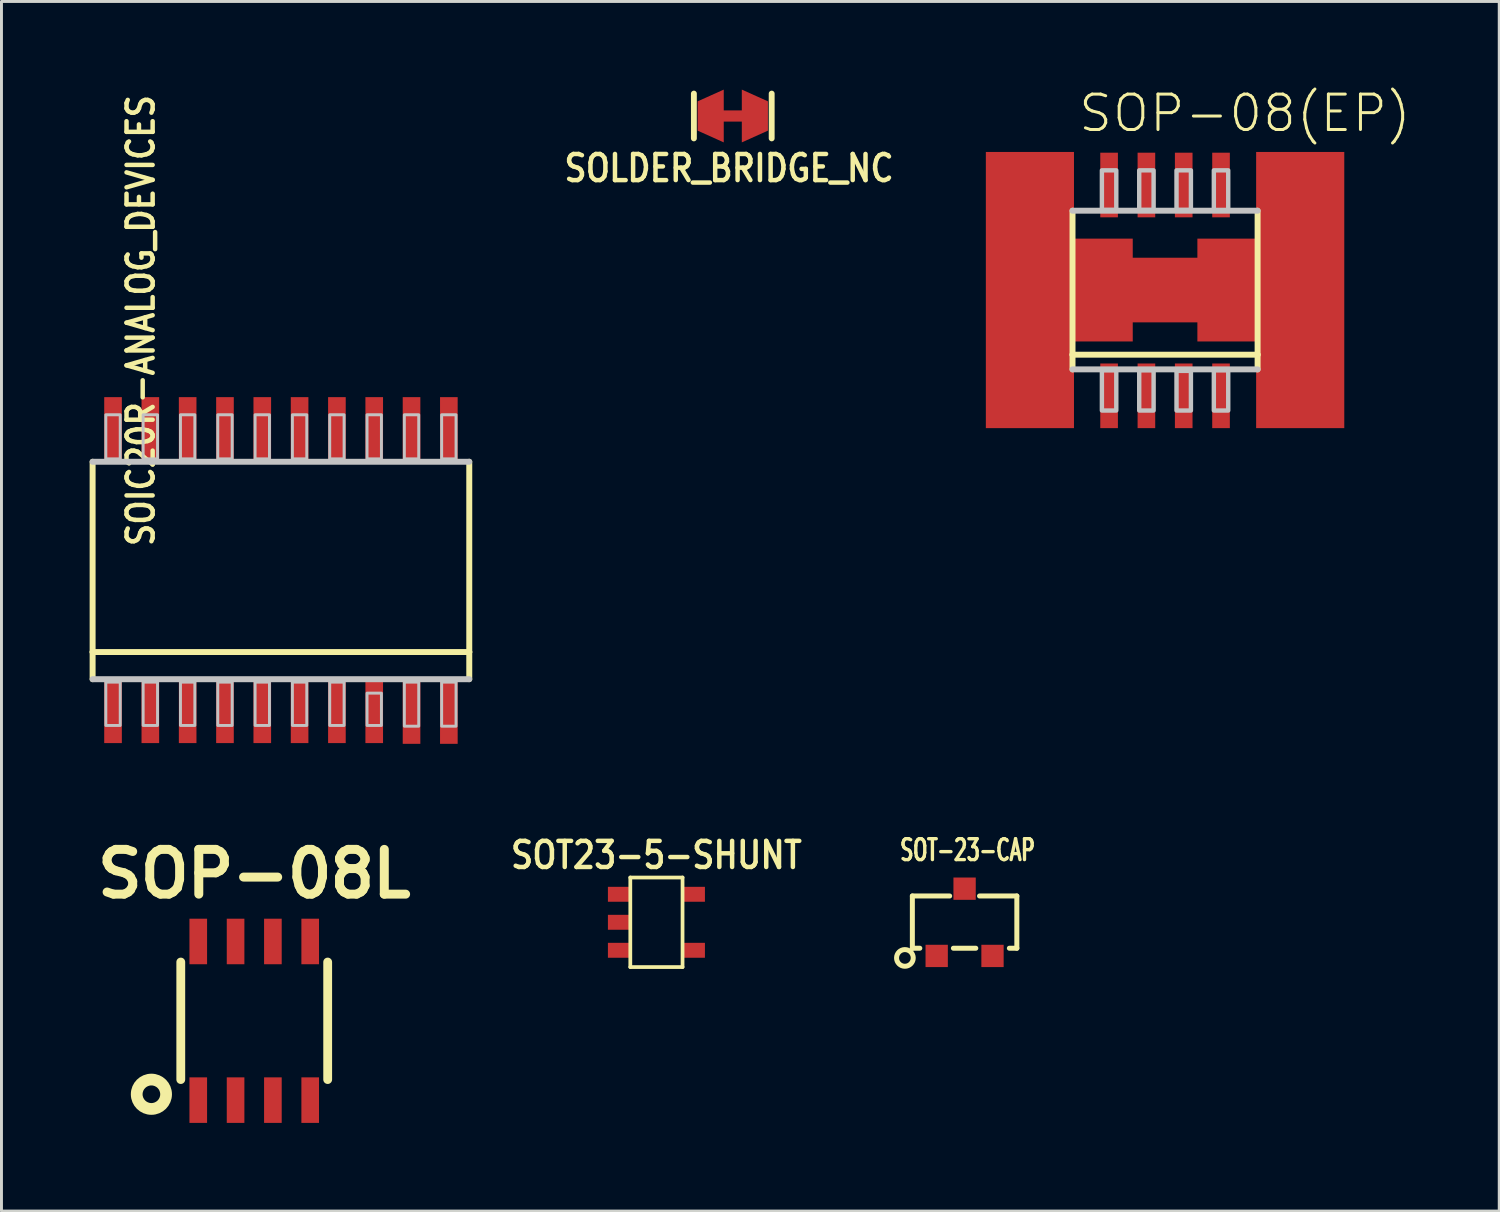
<source format=kicad_pcb>
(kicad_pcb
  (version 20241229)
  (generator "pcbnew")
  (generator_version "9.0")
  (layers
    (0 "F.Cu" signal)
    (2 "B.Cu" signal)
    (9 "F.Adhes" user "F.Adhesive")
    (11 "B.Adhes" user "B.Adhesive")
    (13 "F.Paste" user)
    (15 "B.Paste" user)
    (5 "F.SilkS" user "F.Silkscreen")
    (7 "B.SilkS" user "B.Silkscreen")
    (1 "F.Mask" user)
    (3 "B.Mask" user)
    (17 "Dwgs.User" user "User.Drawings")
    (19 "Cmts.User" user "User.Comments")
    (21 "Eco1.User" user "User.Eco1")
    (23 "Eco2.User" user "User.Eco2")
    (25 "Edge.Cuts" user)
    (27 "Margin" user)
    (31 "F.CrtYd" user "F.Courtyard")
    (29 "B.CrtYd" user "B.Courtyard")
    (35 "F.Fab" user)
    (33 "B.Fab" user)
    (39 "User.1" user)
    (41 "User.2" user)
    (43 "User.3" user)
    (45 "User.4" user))
  (footprint "SOLDER_BRIDGE_NC"
    (layer "F.Cu")
    (at 21.891 0.898)
    (property "Reference" "SOLDER_BRIDGE_NC" (at -0.127 1.778 0) (layer "F.SilkS") (effects (font (size 0.889 0.762) (thickness 0.152))))
    (attr smd)
    (fp_line (start -0.381 0) (end 0.381 0) (stroke (width 0.381) (type solid)) (layer "F.Cu"))
    (fp_line (start -1.324 0.762) (end -1.324 -0.762) (stroke (width 0.2) (type solid)) (layer "F.SilkS"))
    (fp_line (start 1.324 -0.762) (end 1.324 0.762) (stroke (width 0.2) (type solid)) (layer "F.SilkS"))
    (pad "1" smd trapezoid (at -0.752 0 180) (size 0.889 1.397) (rect_delta 0.4 0) (layers "F.Cu" "F.Mask"))
    (pad "2" smd trapezoid (at 0.752 0) (size 0.889 1.397) (rect_delta 0.4 0) (layers "F.Cu" "F.Mask")))
  (footprint "SOT-23-CAP"
    (layer "F.Cu")
    (at 29.781 28.335)
    (property "Reference" "SOT-23-CAP" (at 0.102 -2.451 0) (layer "F.SilkS") (effects (font (size 0.711 0.457) (thickness 0.114))))
    (attr through_hole)
    (fp_line (start -1.778 -0.889) (end -0.508 -0.889) (stroke (width 0.17) (type solid)) (layer "F.SilkS"))
    (fp_line (start -1.778 0.889) (end -1.778 -0.889) (stroke (width 0.17) (type solid)) (layer "F.SilkS"))
    (fp_line (start -1.524 0.889) (end -1.778 0.889) (stroke (width 0.17) (type solid)) (layer "F.SilkS"))
    (fp_line (start 0.381 0.889) (end -0.381 0.889) (stroke (width 0.17) (type solid)) (layer "F.SilkS"))
    (fp_line (start 0.508 -0.889) (end 1.778 -0.889) (stroke (width 0.17) (type solid)) (layer "F.SilkS"))
    (fp_line (start 1.778 -0.889) (end 1.778 0.889) (stroke (width 0.17) (type solid)) (layer "F.SilkS"))
    (fp_line (start 1.778 0.889) (end 1.524 0.889) (stroke (width 0.17) (type solid)) (layer "F.SilkS"))
    (fp_circle (center -2.032 1.219) (end -1.905 1.473) (stroke (width 0.17) (type solid)) (fill no) (layer "F.SilkS"))
    (pad "2" smd rect (at 0.95 1.151) (size 0.759 0.759) (layers "F.Cu" "F.Mask" "F.Paste"))
    (pad "A" smd rect (at -0.95 1.151) (size 0.759 0.759) (layers "F.Cu" "F.Mask" "F.Paste"))
    (pad "C" smd rect (at 0 -1.138) (size 0.759 0.759) (layers "F.Cu" "F.Mask" "F.Paste")))
  (footprint "SOP-08L"
    (layer "F.Cu")
    (at 5.603 31.694)
    (property "Reference" "SOP-08L" (at 0 -5 0) (layer "F.SilkS") (effects (font (size 1.524 1.524) (thickness 0.305))))
    (attr through_hole)
    (fp_line (start -2.5 -2) (end -2.5 2) (stroke (width 0.3) (type solid)) (layer "F.SilkS"))
    (fp_line (start 2.5 -2) (end 2.5 2) (stroke (width 0.3) (type solid)) (layer "F.SilkS"))
    (fp_circle (center -3.5 2.5) (end -3 2.5) (stroke (width 0.4) (type solid)) (fill no) (layer "F.SilkS"))
    (pad "1" smd rect (at -1.905 2.7) (size 0.6 1.55) (layers "F.Cu" "F.Mask" "F.Paste"))
    (pad "2" smd rect (at -0.635 2.7) (size 0.6 1.55) (layers "F.Cu" "F.Mask" "F.Paste"))
    (pad "3" smd rect (at 0.635 2.7) (size 0.6 1.55) (layers "F.Cu" "F.Mask" "F.Paste"))
    (pad "4" smd rect (at 1.905 2.7) (size 0.6 1.55) (layers "F.Cu" "F.Mask" "F.Paste"))
    (pad "5" smd rect (at 1.905 -2.7) (size 0.6 1.55) (layers "F.Cu" "F.Mask" "F.Paste"))
    (pad "6" smd rect (at 0.635 -2.7) (size 0.6 1.55) (layers "F.Cu" "F.Mask" "F.Paste"))
    (pad "7" smd rect (at -0.635 -2.7) (size 0.6 1.55) (layers "F.Cu" "F.Mask" "F.Paste"))
    (pad "8" smd rect (at -1.905 -2.7) (size 0.6 1.55) (layers "F.Cu" "F.Mask" "F.Paste")))
  (footprint "SOIC20R-ANALOG_DEVICES"
    (layer "F.Cu")
    (at 6.512 16.367)
    (property "Reference" "SOIC20R-ANALOG_DEVICES" (at -4.25 -0.75 90) (layer "F.SilkS") (effects (font (size 0.889 0.762) (thickness 0.152)) (justify left bottom)))
    (attr through_hole)
    (fp_line (start -6.41 2.775) (end -6.41 -3.7) (stroke (width 0.203) (type solid)) (layer "F.SilkS"))
    (fp_line (start -6.41 3.7) (end -6.41 2.775) (stroke (width 0.203) (type solid)) (layer "F.SilkS"))
    (fp_line (start 6.41 -3.7) (end 6.41 2.775) (stroke (width 0.203) (type solid)) (layer "F.SilkS"))
    (fp_line (start 6.41 2.775) (end -6.41 2.775) (stroke (width 0.203) (type solid)) (layer "F.SilkS"))
    (fp_line (start 6.41 2.775) (end 6.41 3.7) (stroke (width 0.203) (type solid)) (layer "F.SilkS"))
    (fp_line (start -6.41 -3.7) (end 6.41 -3.7) (stroke (width 0.203) (type solid)) (layer "Dwgs.User"))
    (fp_line (start 6.41 3.7) (end -6.41 3.7) (stroke (width 0.203) (type solid)) (layer "Dwgs.User"))
    (fp_poly (pts (xy -5.96 -3.8) (xy -5.47 -3.8) (xy -5.47 -5.3) (xy -5.96 -5.3)) (stroke (width 0.1) (type solid)) (fill no) (layer "Dwgs.User"))
    (fp_poly (pts (xy -5.96 5.275) (xy -5.47 5.275) (xy -5.47 3.8) (xy -5.96 3.8)) (stroke (width 0.1) (type solid)) (fill no) (layer "Dwgs.User"))
    (fp_poly (pts (xy -4.69 -3.8) (xy -4.2 -3.8) (xy -4.2 -5.3) (xy -4.69 -5.3)) (stroke (width 0.1) (type solid)) (fill no) (layer "Dwgs.User"))
    (fp_poly (pts (xy -4.69 5.275) (xy -4.2 5.275) (xy -4.2 3.8) (xy -4.69 3.8)) (stroke (width 0.1) (type solid)) (fill no) (layer "Dwgs.User"))
    (fp_poly (pts (xy -3.42 -3.8) (xy -2.93 -3.8) (xy -2.93 -5.3) (xy -3.42 -5.3)) (stroke (width 0.1) (type solid)) (fill no) (layer "Dwgs.User"))
    (fp_poly (pts (xy -3.42 5.275) (xy -2.93 5.275) (xy -2.93 3.8) (xy -3.42 3.8)) (stroke (width 0.1) (type solid)) (fill no) (layer "Dwgs.User"))
    (fp_poly (pts (xy -2.15 -3.8) (xy -1.66 -3.8) (xy -1.66 -5.3) (xy -2.15 -5.3)) (stroke (width 0.1) (type solid)) (fill no) (layer "Dwgs.User"))
    (fp_poly (pts (xy -2.15 5.275) (xy -1.66 5.275) (xy -1.66 3.8) (xy -2.15 3.8)) (stroke (width 0.1) (type solid)) (fill no) (layer "Dwgs.User"))
    (fp_poly (pts (xy -0.88 -3.8) (xy -0.39 -3.8) (xy -0.39 -5.3) (xy -0.88 -5.3)) (stroke (width 0.1) (type solid)) (fill no) (layer "Dwgs.User"))
    (fp_poly (pts (xy -0.88 5.275) (xy -0.39 5.275) (xy -0.39 3.8) (xy -0.88 3.8)) (stroke (width 0.1) (type solid)) (fill no) (layer "Dwgs.User"))
    (fp_poly (pts (xy 0.39 -3.8) (xy 0.88 -3.8) (xy 0.88 -5.3) (xy 0.39 -5.3)) (stroke (width 0.1) (type solid)) (fill no) (layer "Dwgs.User"))
    (fp_poly (pts (xy 0.39 5.275) (xy 0.88 5.275) (xy 0.88 3.8) (xy 0.39 3.8)) (stroke (width 0.1) (type solid)) (fill no) (layer "Dwgs.User"))
    (fp_poly (pts (xy 1.66 -3.8) (xy 2.15 -3.8) (xy 2.15 -5.3) (xy 1.66 -5.3)) (stroke (width 0.1) (type solid)) (fill no) (layer "Dwgs.User"))
    (fp_poly (pts (xy 1.66 5.275) (xy 2.15 5.275) (xy 2.15 3.8) (xy 1.66 3.8)) (stroke (width 0.1) (type solid)) (fill no) (layer "Dwgs.User"))
    (fp_poly (pts (xy 2.93 -3.8) (xy 3.42 -3.8) (xy 3.42 -5.3) (xy 2.93 -5.3)) (stroke (width 0.1) (type solid)) (fill no) (layer "Dwgs.User"))
    (fp_poly (pts (xy 2.93 5.275) (xy 3.42 5.275) (xy 3.42 4.175) (xy 2.93 4.175)) (stroke (width 0.1) (type solid)) (fill no) (layer "Dwgs.User"))
    (fp_poly (pts (xy 4.2 -3.8) (xy 4.69 -3.8) (xy 4.69 -5.3) (xy 4.2 -5.3)) (stroke (width 0.1) (type solid)) (fill no) (layer "Dwgs.User"))
    (fp_poly (pts (xy 4.2 5.3) (xy 4.69 5.3) (xy 4.69 3.8) (xy 4.2 3.8)) (stroke (width 0.1) (type solid)) (fill no) (layer "Dwgs.User"))
    (fp_poly (pts (xy 5.47 -3.8) (xy 5.96 -3.8) (xy 5.96 -5.3) (xy 5.47 -5.3)) (stroke (width 0.1) (type solid)) (fill no) (layer "Dwgs.User"))
    (fp_poly (pts (xy 5.47 5.3) (xy 5.96 5.3) (xy 5.96 3.8) (xy 5.47 3.8)) (stroke (width 0.1) (type solid)) (fill no) (layer "Dwgs.User"))
    (pad "1" smd rect (at -5.715 4.775) (size 0.6 2.2) (layers "F.Cu" "F.Mask" "F.Paste"))
    (pad "2" smd rect (at -4.445 4.775) (size 0.6 2.2) (layers "F.Cu" "F.Mask" "F.Paste"))
    (pad "3" smd rect (at -3.175 4.775) (size 0.6 2.2) (layers "F.Cu" "F.Mask" "F.Paste"))
    (pad "4" smd rect (at -1.905 4.775) (size 0.6 2.2) (layers "F.Cu" "F.Mask" "F.Paste"))
    (pad "5" smd rect (at -0.635 4.775) (size 0.6 2.2) (layers "F.Cu" "F.Mask" "F.Paste"))
    (pad "6" smd rect (at 0.635 4.775) (size 0.6 2.2) (layers "F.Cu" "F.Mask" "F.Paste"))
    (pad "7" smd rect (at 1.905 4.775) (size 0.6 2.2) (layers "F.Cu" "F.Mask" "F.Paste"))
    (pad "8" smd rect (at 3.175 4.775) (size 0.6 2.2) (layers "F.Cu" "F.Mask" "F.Paste"))
    (pad "9" smd rect (at 4.445 4.8 180) (size 0.6 2.2) (layers "F.Cu" "F.Mask" "F.Paste"))
    (pad "10" smd rect (at 5.715 4.8 180) (size 0.6 2.2) (layers "F.Cu" "F.Mask" "F.Paste"))
    (pad "11" smd rect (at 5.715 -4.8) (size 0.6 2.2) (layers "F.Cu" "F.Mask" "F.Paste"))
    (pad "12" smd rect (at 4.445 -4.8) (size 0.6 2.2) (layers "F.Cu" "F.Mask" "F.Paste"))
    (pad "13" smd rect (at 3.175 -4.8) (size 0.6 2.2) (layers "F.Cu" "F.Mask" "F.Paste"))
    (pad "14" smd rect (at 1.905 -4.8) (size 0.6 2.2) (layers "F.Cu" "F.Mask" "F.Paste"))
    (pad "15" smd rect (at 0.635 -4.8) (size 0.6 2.2) (layers "F.Cu" "F.Mask" "F.Paste"))
    (pad "16" smd rect (at -0.635 -4.8) (size 0.6 2.2) (layers "F.Cu" "F.Mask" "F.Paste"))
    (pad "17" smd rect (at -1.905 -4.8) (size 0.6 2.2) (layers "F.Cu" "F.Mask" "F.Paste"))
    (pad "18" smd rect (at -3.175 -4.8) (size 0.6 2.2) (layers "F.Cu" "F.Mask" "F.Paste"))
    (pad "19" smd rect (at -4.445 -4.8) (size 0.6 2.2) (layers "F.Cu" "F.Mask" "F.Paste"))
    (pad "20" smd rect (at -5.715 -4.8) (size 0.6 2.2) (layers "F.Cu" "F.Mask" "F.Paste")))
  (footprint "SOP-08(EP)"
    (layer "F.Cu")
    (at 36.604 6.822)
    (property "Reference" "SOP-08(EP)" (at -3.007 -5.311 180) (layer "F.SilkS") (effects (font (size 1.206 1.206) (thickness 0.102)) (justify left bottom)))
    (attr through_hole)
    (fp_line (start -3.15 2.2) (end -3.15 -2.7) (stroke (width 0.203) (type solid)) (layer "F.SilkS"))
    (fp_line (start -3.15 2.7) (end -3.15 2.2) (stroke (width 0.203) (type solid)) (layer "F.SilkS"))
    (fp_line (start 3.15 -2.7) (end 3.15 2.2) (stroke (width 0.203) (type solid)) (layer "F.SilkS"))
    (fp_line (start 3.15 2.2) (end -3.15 2.2) (stroke (width 0.203) (type solid)) (layer "F.SilkS"))
    (fp_line (start 3.15 2.2) (end 3.15 2.7) (stroke (width 0.203) (type solid)) (layer "F.SilkS"))
    (fp_line (start -3.15 -2.7) (end 3.15 -2.7) (stroke (width 0.203) (type solid)) (layer "Dwgs.User"))
    (fp_line (start 3.15 2.7) (end -3.15 2.7) (stroke (width 0.203) (type solid)) (layer "Dwgs.User"))
    (fp_poly (pts (xy -2.15 -2.725) (xy -1.66 -2.725) (xy -1.66 -4.075) (xy -2.15 -4.075)) (stroke (width 0.15) (type solid)) (fill no) (layer "Dwgs.User"))
    (fp_poly (pts (xy -2.15 4.1) (xy -1.66 4.1) (xy -1.66 2.725) (xy -2.15 2.725)) (stroke (width 0.15) (type solid)) (fill no) (layer "Dwgs.User"))
    (fp_poly (pts (xy -0.88 -2.725) (xy -0.39 -2.725) (xy -0.39 -4.075) (xy -0.88 -4.075)) (stroke (width 0.15) (type solid)) (fill no) (layer "Dwgs.User"))
    (fp_poly (pts (xy -0.88 4.1) (xy -0.39 4.1) (xy -0.39 2.725) (xy -0.88 2.725)) (stroke (width 0.15) (type solid)) (fill no) (layer "Dwgs.User"))
    (fp_poly (pts (xy 0.39 -2.725) (xy 0.88 -2.725) (xy 0.88 -4.075) (xy 0.39 -4.075)) (stroke (width 0.15) (type solid)) (fill no) (layer "Dwgs.User"))
    (fp_poly (pts (xy 0.39 4.1) (xy 0.88 4.1) (xy 0.88 2.75) (xy 0.39 2.75)) (stroke (width 0.15) (type solid)) (fill no) (layer "Dwgs.User"))
    (fp_poly (pts (xy 1.66 -2.7) (xy 2.15 -2.7) (xy 2.15 -4.075) (xy 1.66 -4.075)) (stroke (width 0.15) (type solid)) (fill no) (layer "Dwgs.User"))
    (fp_poly (pts (xy 1.66 4.1) (xy 2.15 4.1) (xy 2.15 2.725) (xy 1.66 2.725)) (stroke (width 0.15) (type solid)) (fill no) (layer "Dwgs.User"))
    (pad "1" smd rect (at -1.905 3.6) (size 0.6 2.2) (layers "F.Cu" "F.Mask" "F.Paste"))
    (pad "2" smd rect (at -0.635 3.6) (size 0.6 2.2) (layers "F.Cu" "F.Mask" "F.Paste"))
    (pad "3" smd rect (at 0.635 3.6) (size 0.6 2.2) (layers "F.Cu" "F.Mask" "F.Paste"))
    (pad "4" smd rect (at 1.905 3.6) (size 0.6 2.2) (layers "F.Cu" "F.Mask" "F.Paste"))
    (pad "5" smd rect (at 1.905 -3.575) (size 0.6 2.2) (layers "F.Cu" "F.Mask" "F.Paste"))
    (pad "6" smd rect (at 0.635 -3.575) (size 0.6 2.2) (layers "F.Cu" "F.Mask" "F.Paste"))
    (pad "7" smd rect (at -0.635 -3.575) (size 0.6 2.2) (layers "F.Cu" "F.Mask" "F.Paste"))
    (pad "8" smd rect (at -1.905 -3.575) (size 0.6 2.2) (layers "F.Cu" "F.Mask" "F.Paste"))
    (pad "9" smd rect (at -4.6 0) (size 3 9.4) (layers "F.Cu"))
    (pad "9" smd rect (at -2.1 0) (size 2 3.5) (layers "F.Cu"))
    (pad "9" smd rect (at 0 0) (size 2.25 2.2) (layers "F.Cu" "F.Mask" "F.Paste"))
    (pad "9" smd rect (at 2.1 0) (size 2 3.5) (layers "F.Cu"))
    (pad "9" smd rect (at 4.6 0) (size 3 9.4) (layers "F.Cu")))
  (footprint "SOT23-5-SHUNT"
    (layer "F.Cu")
    (at 19.292 28.341)
    (property "Reference" "SOT23-5-SHUNT" (at 0 -2.286 0) (layer "F.SilkS") (effects (font (size 0.889 0.762) (thickness 0.152))))
    (attr smd)
    (fp_line (start -0.889 -1.524) (end 0.889 -1.524) (stroke (width 0.127) (type solid)) (layer "F.SilkS"))
    (fp_line (start -0.889 1.524) (end -0.889 -1.524) (stroke (width 0.127) (type solid)) (layer "F.SilkS"))
    (fp_line (start 0.889 -1.524) (end 0.889 1.524) (stroke (width 0.127) (type solid)) (layer "F.SilkS"))
    (fp_line (start 0.889 1.524) (end -0.889 1.524) (stroke (width 0.127) (type solid)) (layer "F.SilkS"))
    (pad "1" smd rect (at 1.27 -0.953) (size 0.762 0.508) (layers "F.Cu" "F.Mask" "F.Paste"))
    (pad "2" smd rect (at -1.27 0.953) (size 0.762 0.508) (layers "F.Cu" "F.Mask" "F.Paste"))
    (pad "3" smd rect (at 1.27 0.953) (size 0.762 0.508) (layers "F.Cu" "F.Mask" "F.Paste"))
    (pad "N/C1" smd rect (at -1.27 -0.953) (size 0.762 0.508) (layers "F.Cu" "F.Mask" "F.Paste"))
    (pad "N/C2" smd rect (at -1.27 0) (size 0.762 0.508) (layers "F.Cu" "F.Mask" "F.Paste")))
  (gr_rect
    (start -3 -3)
    (end 47.978 38.169)
    (stroke (width 0.1) (type default))
    (fill no)
    (layer "Edge.Cuts")))
</source>
